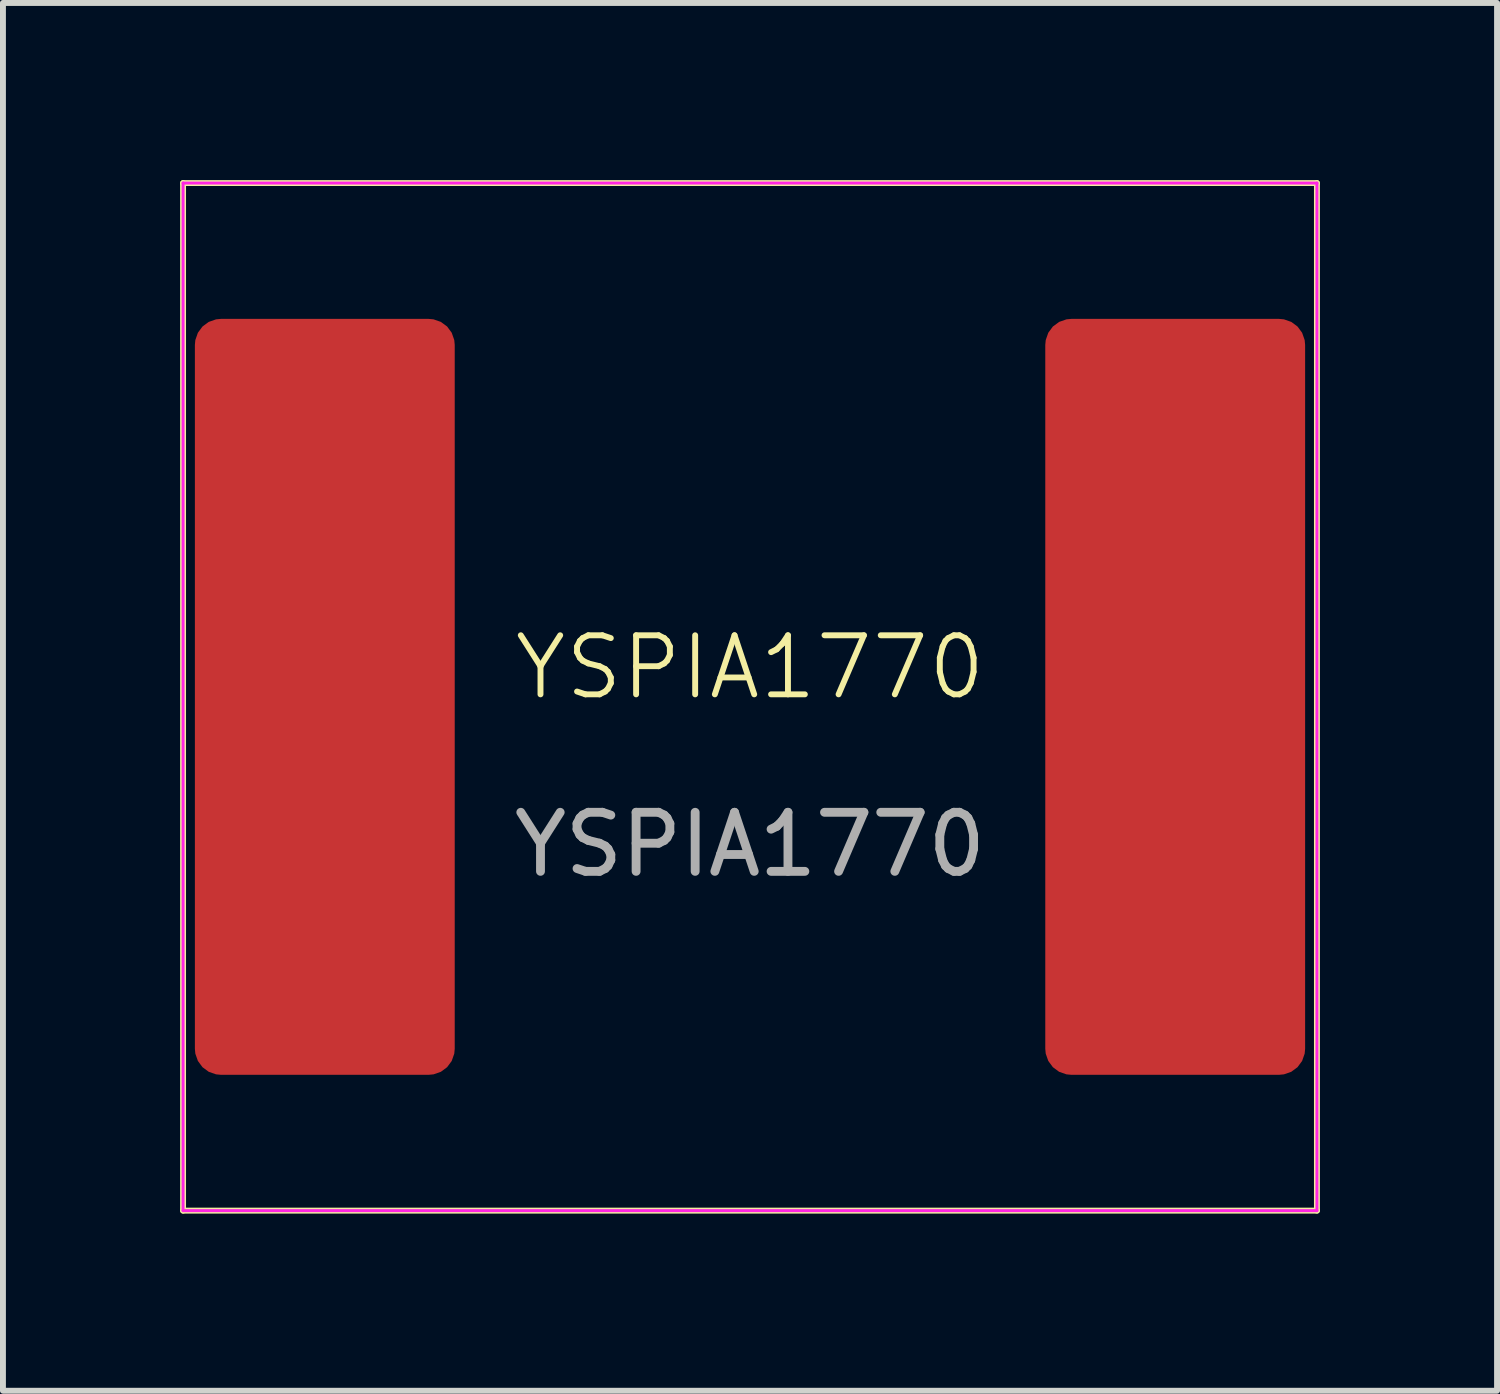
<source format=kicad_pcb>
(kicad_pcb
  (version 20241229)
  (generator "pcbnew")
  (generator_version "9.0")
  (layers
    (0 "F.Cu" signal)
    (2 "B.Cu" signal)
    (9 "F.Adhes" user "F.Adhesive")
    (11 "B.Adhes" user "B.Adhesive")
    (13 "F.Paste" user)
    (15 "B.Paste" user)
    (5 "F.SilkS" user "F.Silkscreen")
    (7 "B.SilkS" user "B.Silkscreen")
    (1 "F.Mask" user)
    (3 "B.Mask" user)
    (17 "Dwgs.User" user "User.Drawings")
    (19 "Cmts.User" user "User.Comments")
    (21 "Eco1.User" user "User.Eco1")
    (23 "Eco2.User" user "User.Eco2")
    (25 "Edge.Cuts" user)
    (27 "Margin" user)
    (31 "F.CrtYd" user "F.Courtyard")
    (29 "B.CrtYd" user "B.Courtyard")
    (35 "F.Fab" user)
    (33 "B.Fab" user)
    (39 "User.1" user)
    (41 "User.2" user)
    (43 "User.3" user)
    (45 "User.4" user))
  (footprint "YSPIA1770"
    (layer "F.Cu")
    (at 9.65 8.75)
    (property "Reference" "YSPIA1770" (at 0 -0.5 0) (unlocked yes) (layer "F.SilkS") (effects (font (size 1 1) (thickness 0.1))))
    (attr smd)
    (fp_line (start -9.6 -8.7) (end 9.6 -8.7) (stroke (width 0.1) (type default)) (layer "F.SilkS"))
    (fp_line (start -9.6 8.7) (end -9.6 -8.7) (stroke (width 0.1) (type default)) (layer "F.SilkS"))
    (fp_line (start -9.6 8.7) (end 9.6 8.7) (stroke (width 0.1) (type default)) (layer "F.SilkS"))
    (fp_line (start 9.6 -8.7) (end 9.6 8.7) (stroke (width 0.1) (type default)) (layer "F.SilkS"))
    (fp_line (start -9.6 -8.7) (end 9.6 -8.7) (stroke (width 0.05) (type default)) (layer "F.CrtYd"))
    (fp_line (start -9.6 8.7) (end -9.6 -8.7) (stroke (width 0.05) (type default)) (layer "F.CrtYd"))
    (fp_line (start 9.6 -8.7) (end 9.6 8.7) (stroke (width 0.05) (type default)) (layer "F.CrtYd"))
    (fp_line (start 9.6 8.7) (end -9.6 8.7) (stroke (width 0.05) (type default)) (layer "F.CrtYd"))
    (fp_text user "${REFERENCE}" (at 0 2.5 0) (unlocked yes) (layer "F.Fab") (effects (font (size 1 1) (thickness 0.15))))
    (pad "1" smd roundrect (at -7.2 0) (size 4.4 12.8) (layers "F.Cu" "F.Mask" "F.Paste") (roundrect_rratio 0.1))
    (pad "2" smd roundrect (at 7.2 0) (size 4.4 12.8) (layers "F.Cu" "F.Mask" "F.Paste") (roundrect_rratio 0.1)))
  (gr_rect
    (start -3 -3)
    (end 22.3 20.5)
    (stroke (width 0.1) (type default))
    (fill no)
    (layer "Edge.Cuts")))
</source>
